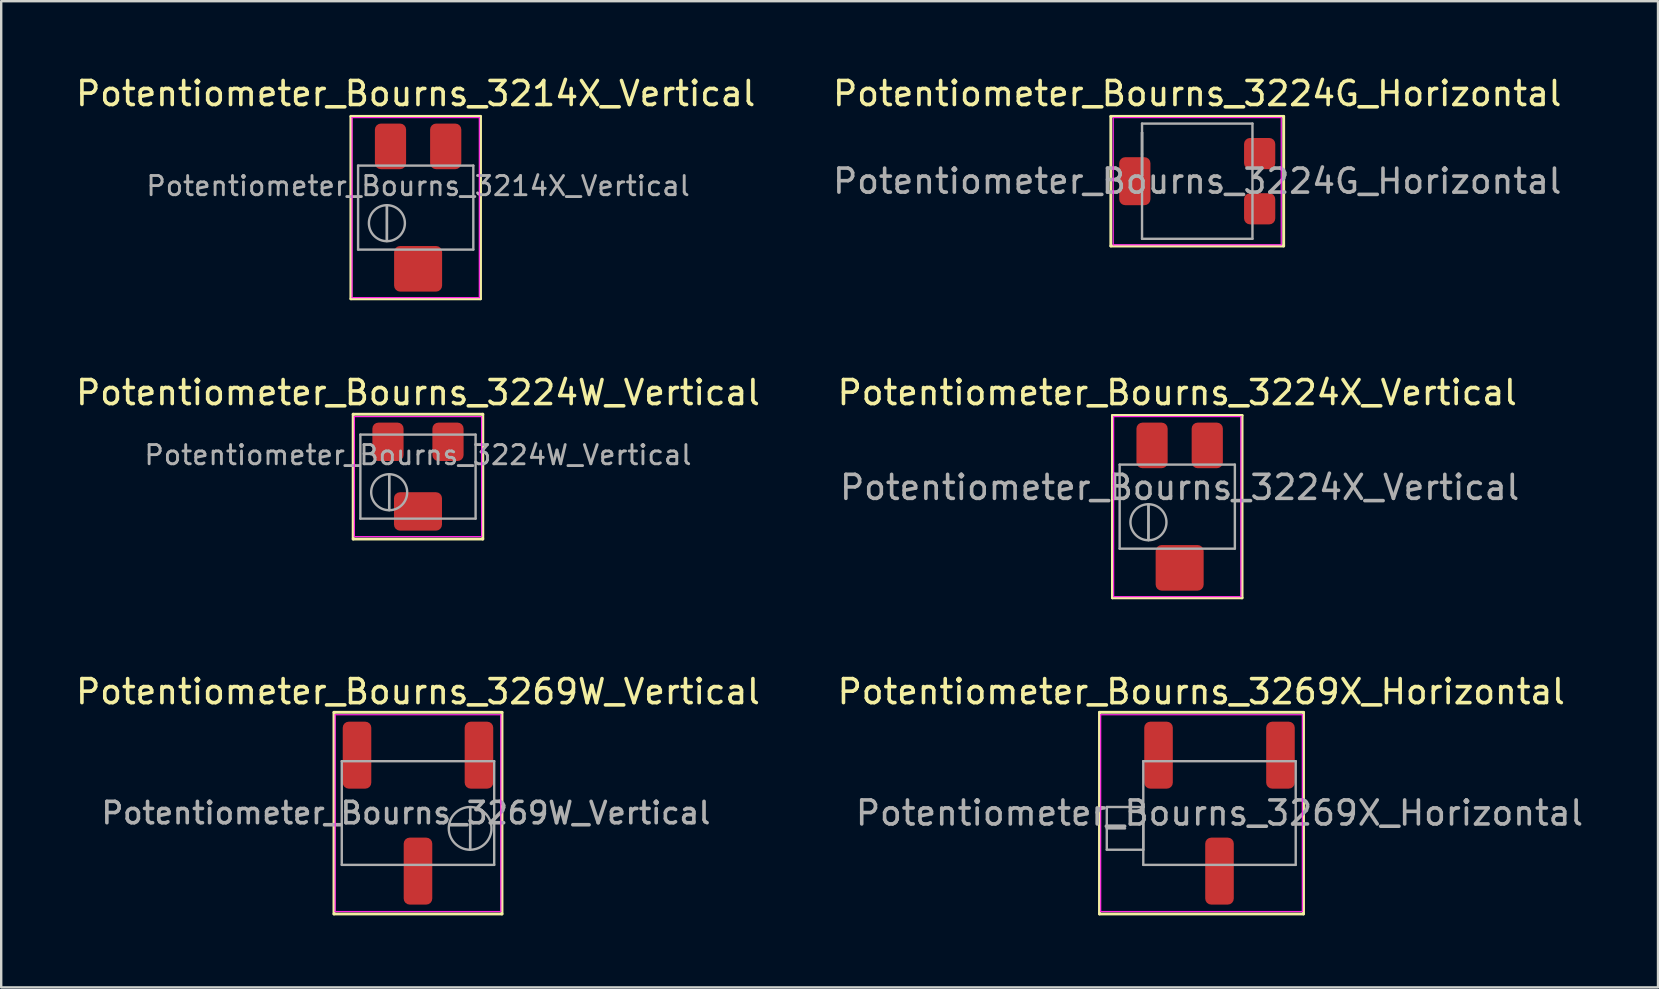
<source format=kicad_pcb>
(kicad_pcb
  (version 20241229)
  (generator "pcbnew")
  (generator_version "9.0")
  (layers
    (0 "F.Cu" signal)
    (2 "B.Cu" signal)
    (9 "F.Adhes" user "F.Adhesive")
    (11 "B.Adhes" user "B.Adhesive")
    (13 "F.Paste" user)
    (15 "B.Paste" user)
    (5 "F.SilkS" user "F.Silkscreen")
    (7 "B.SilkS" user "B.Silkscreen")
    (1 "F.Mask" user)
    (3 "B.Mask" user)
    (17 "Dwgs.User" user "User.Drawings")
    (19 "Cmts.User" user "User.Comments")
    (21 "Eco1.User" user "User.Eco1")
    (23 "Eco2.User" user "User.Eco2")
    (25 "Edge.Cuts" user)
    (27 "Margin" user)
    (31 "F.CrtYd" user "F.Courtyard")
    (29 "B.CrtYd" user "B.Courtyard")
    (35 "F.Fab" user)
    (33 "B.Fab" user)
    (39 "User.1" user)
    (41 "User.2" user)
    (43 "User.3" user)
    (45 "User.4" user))
  (footprint "Potentiometer_Bourns_3214X_Vertical"
    (layer "F.Cu")
    (at 14.368 5.598)
    (property "Reference" "Potentiometer_Bourns_3214X_Vertical" (at -0.1 -4.75 0) (layer "F.SilkS") (effects (font (size 1 1) (thickness 0.15))))
    (attr smd)
    (fp_line (start -2.8 -3.8) (end 2.6 -3.8) (stroke (width 0.12) (type solid)) (layer "F.SilkS"))
    (fp_line (start -2.8 3.8) (end -2.8 -3.8) (stroke (width 0.12) (type solid)) (layer "F.SilkS"))
    (fp_line (start 2.6 -3.8) (end 2.6 3.8) (stroke (width 0.12) (type solid)) (layer "F.SilkS"))
    (fp_line (start 2.6 3.8) (end -2.8 3.8) (stroke (width 0.12) (type solid)) (layer "F.SilkS"))
    (fp_line (start -2.75 -3.75) (end -2.75 3.75) (stroke (width 0.05) (type solid)) (layer "F.CrtYd"))
    (fp_line (start -2.75 3.75) (end 2.55 3.75) (stroke (width 0.05) (type solid)) (layer "F.CrtYd"))
    (fp_line (start 2.55 -3.75) (end -2.75 -3.75) (stroke (width 0.05) (type solid)) (layer "F.CrtYd"))
    (fp_line (start 2.55 3.75) (end 2.55 -3.75) (stroke (width 0.05) (type solid)) (layer "F.CrtYd"))
    (fp_line (start -2.5 -1.75) (end -2.5 1.75) (stroke (width 0.1) (type solid)) (layer "F.Fab"))
    (fp_line (start -2.5 1.75) (end 2.3 1.75) (stroke (width 0.1) (type solid)) (layer "F.Fab"))
    (fp_line (start -1.3 1.393) (end -1.299 -0.092) (stroke (width 0.1) (type solid)) (layer "F.Fab"))
    (fp_line (start -1.3 1.393) (end -1.299 -0.092) (stroke (width 0.1) (type solid)) (layer "F.Fab"))
    (fp_line (start 2.3 -1.75) (end -2.5 -1.75) (stroke (width 0.1) (type solid)) (layer "F.Fab"))
    (fp_line (start 2.3 1.75) (end 2.3 -1.75) (stroke (width 0.1) (type solid)) (layer "F.Fab"))
    (fp_circle (center -1.3 0.65) (end -0.55 0.65) (stroke (width 0.1) (type solid)) (fill no) (layer "F.Fab"))
    (fp_text user "${REFERENCE}" (at 0 -0.9 0) (layer "F.Fab") (effects (font (size 0.8 0.8) (thickness 0.12))))
    (pad "1" smd roundrect (at 1.15 -2.55) (size 1.3 1.9) (layers "F.Cu" "F.Mask" "F.Paste") (roundrect_rratio 0.192))
    (pad "2" smd roundrect (at 0 2.55) (size 2 1.9) (layers "F.Cu" "F.Mask" "F.Paste") (roundrect_rratio 0.132))
    (pad "3" smd roundrect (at -1.15 -2.55) (size 1.3 1.9) (layers "F.Cu" "F.Mask" "F.Paste") (roundrect_rratio 0.192)))
  (footprint "Potentiometer_Bourns_3224W_Vertical"
    (layer "F.Cu")
    (at 14.363 16.806)
    (property "Reference" "Potentiometer_Bourns_3224W_Vertical" (at 0 -3.5 0) (layer "F.SilkS") (effects (font (size 1 1) (thickness 0.15))))
    (attr smd)
    (fp_line (start -2.7 -2.6) (end -2.7 2.6) (stroke (width 0.12) (type solid)) (layer "F.SilkS"))
    (fp_line (start -2.7 2.6) (end 2.7 2.6) (stroke (width 0.12) (type solid)) (layer "F.SilkS"))
    (fp_line (start 2.7 -2.6) (end -2.7 -2.6) (stroke (width 0.12) (type solid)) (layer "F.SilkS"))
    (fp_line (start 2.7 2.6) (end 2.7 -2.6) (stroke (width 0.12) (type solid)) (layer "F.SilkS"))
    (fp_line (start -2.65 -2.5) (end -2.65 2.5) (stroke (width 0.05) (type solid)) (layer "F.CrtYd"))
    (fp_line (start -2.65 2.5) (end 2.65 2.5) (stroke (width 0.05) (type solid)) (layer "F.CrtYd"))
    (fp_line (start 2.65 -2.5) (end -2.65 -2.5) (stroke (width 0.05) (type solid)) (layer "F.CrtYd"))
    (fp_line (start 2.65 2.5) (end 2.65 -2.5) (stroke (width 0.05) (type solid)) (layer "F.CrtYd"))
    (fp_line (start -2.4 -1.75) (end -2.4 1.75) (stroke (width 0.1) (type solid)) (layer "F.Fab"))
    (fp_line (start -2.4 1.75) (end 2.4 1.75) (stroke (width 0.1) (type solid)) (layer "F.Fab"))
    (fp_line (start -1.2 1.393) (end -1.199 -0.092) (stroke (width 0.1) (type solid)) (layer "F.Fab"))
    (fp_line (start -1.2 1.393) (end -1.199 -0.092) (stroke (width 0.1) (type solid)) (layer "F.Fab"))
    (fp_line (start 2.4 -1.75) (end -2.4 -1.75) (stroke (width 0.1) (type solid)) (layer "F.Fab"))
    (fp_line (start 2.4 1.75) (end 2.4 -1.75) (stroke (width 0.1) (type solid)) (layer "F.Fab"))
    (fp_circle (center -1.2 0.65) (end -0.45 0.65) (stroke (width 0.1) (type solid)) (fill no) (layer "F.Fab"))
    (fp_text user "${REFERENCE}" (at 0 -0.9 0) (layer "F.Fab") (effects (font (size 0.8 0.8) (thickness 0.12))))
    (pad "1" smd roundrect (at 1.25 -1.45) (size 1.3 1.6) (layers "F.Cu" "F.Mask" "F.Paste") (roundrect_rratio 0.192))
    (pad "2" smd roundrect (at 0 1.45) (size 2 1.6) (layers "F.Cu" "F.Mask" "F.Paste") (roundrect_rratio 0.156))
    (pad "3" smd roundrect (at -1.25 -1.45) (size 1.3 1.6) (layers "F.Cu" "F.Mask" "F.Paste") (roundrect_rratio 0.192)))
  (footprint "Potentiometer_Bourns_3269W_Vertical"
    (layer "F.Cu")
    (at 14.363 30.825)
    (property "Reference" "Potentiometer_Bourns_3269W_Vertical" (at 0 -5.06 0) (layer "F.SilkS") (effects (font (size 1 1) (thickness 0.15))))
    (attr smd)
    (fp_line (start -3.5 -4.2) (end 3.5 -4.2) (stroke (width 0.12) (type solid)) (layer "F.SilkS"))
    (fp_line (start -3.5 4.2) (end -3.5 -4.2) (stroke (width 0.12) (type solid)) (layer "F.SilkS"))
    (fp_line (start 3.5 -4.2) (end 3.5 4.2) (stroke (width 0.12) (type solid)) (layer "F.SilkS"))
    (fp_line (start 3.5 4.2) (end -3.5 4.2) (stroke (width 0.12) (type solid)) (layer "F.SilkS"))
    (fp_line (start -3.45 -4.1) (end -3.45 4.1) (stroke (width 0.05) (type solid)) (layer "F.CrtYd"))
    (fp_line (start -3.45 4.1) (end 3.45 4.1) (stroke (width 0.05) (type solid)) (layer "F.CrtYd"))
    (fp_line (start 3.45 -4.1) (end -3.45 -4.1) (stroke (width 0.05) (type solid)) (layer "F.CrtYd"))
    (fp_line (start 3.45 4.1) (end 3.45 -4.1) (stroke (width 0.05) (type solid)) (layer "F.CrtYd"))
    (fp_line (start -3.175 -2.165) (end -3.175 2.155) (stroke (width 0.1) (type solid)) (layer "F.Fab"))
    (fp_line (start -3.175 2.155) (end 3.175 2.155) (stroke (width 0.1) (type solid)) (layer "F.Fab"))
    (fp_line (start 2.173 1.517) (end 2.174 -0.246) (stroke (width 0.1) (type solid)) (layer "F.Fab"))
    (fp_line (start 2.173 1.517) (end 2.174 -0.246) (stroke (width 0.1) (type solid)) (layer "F.Fab"))
    (fp_line (start 3.175 -2.165) (end -3.175 -2.165) (stroke (width 0.1) (type solid)) (layer "F.Fab"))
    (fp_line (start 3.175 2.155) (end 3.175 -2.165) (stroke (width 0.1) (type solid)) (layer "F.Fab"))
    (fp_circle (center 2.173 0.635) (end 3.063 0.635) (stroke (width 0.1) (type solid)) (fill no) (layer "F.Fab"))
    (fp_text user "${REFERENCE}" (at -0.501 -0.005 0) (layer "F.Fab") (effects (font (size 0.89 0.89) (thickness 0.15))))
    (pad "1" smd roundrect (at 2.54 -2.415) (size 1.19 2.79) (layers "F.Cu" "F.Mask" "F.Paste") (roundrect_rratio 0.21))
    (pad "2" smd roundrect (at 0 2.415) (size 1.19 2.79) (layers "F.Cu" "F.Mask" "F.Paste") (roundrect_rratio 0.21))
    (pad "3" smd roundrect (at -2.54 -2.415) (size 1.19 2.79) (layers "F.Cu" "F.Mask" "F.Paste") (roundrect_rratio 0.21)))
  (footprint "Potentiometer_Bourns_3224X_Vertical"
    (layer "F.Cu")
    (at 46.094 18.056)
    (property "Reference" "Potentiometer_Bourns_3224X_Vertical" (at -0.1 -4.75 0) (layer "F.SilkS") (effects (font (size 1 1) (thickness 0.15))))
    (attr smd)
    (fp_line (start -2.8 -3.8) (end -2.8 3.8) (stroke (width 0.12) (type solid)) (layer "F.SilkS"))
    (fp_line (start -2.8 3.8) (end 2.6 3.8) (stroke (width 0.12) (type solid)) (layer "F.SilkS"))
    (fp_line (start 2.6 -3.8) (end -2.8 -3.8) (stroke (width 0.12) (type solid)) (layer "F.SilkS"))
    (fp_line (start 2.6 3.8) (end 2.6 -3.8) (stroke (width 0.12) (type solid)) (layer "F.SilkS"))
    (fp_line (start -2.75 -3.75) (end -2.75 3.75) (stroke (width 0.05) (type solid)) (layer "F.CrtYd"))
    (fp_line (start -2.75 3.75) (end 2.55 3.75) (stroke (width 0.05) (type solid)) (layer "F.CrtYd"))
    (fp_line (start 2.55 -3.75) (end -2.75 -3.75) (stroke (width 0.05) (type solid)) (layer "F.CrtYd"))
    (fp_line (start 2.55 3.75) (end 2.55 -3.75) (stroke (width 0.05) (type solid)) (layer "F.CrtYd"))
    (fp_line (start -2.5 -1.75) (end -2.5 1.75) (stroke (width 0.1) (type solid)) (layer "F.Fab"))
    (fp_line (start -2.5 1.75) (end 2.3 1.75) (stroke (width 0.1) (type solid)) (layer "F.Fab"))
    (fp_line (start -1.3 1.393) (end -1.299 -0.092) (stroke (width 0.1) (type solid)) (layer "F.Fab"))
    (fp_line (start -1.3 1.393) (end -1.299 -0.092) (stroke (width 0.1) (type solid)) (layer "F.Fab"))
    (fp_line (start 2.3 -1.75) (end -2.5 -1.75) (stroke (width 0.1) (type solid)) (layer "F.Fab"))
    (fp_line (start 2.3 1.75) (end 2.3 -1.75) (stroke (width 0.1) (type solid)) (layer "F.Fab"))
    (fp_circle (center -1.3 0.65) (end -0.55 0.65) (stroke (width 0.1) (type solid)) (fill no) (layer "F.Fab"))
    (fp_text user "${REFERENCE}" (at 0 -0.8 0) (layer "F.Fab") (effects (font (size 1 1) (thickness 0.15))))
    (pad "1" smd roundrect (at 1.15 -2.55) (size 1.3 1.9) (layers "F.Cu" "F.Mask" "F.Paste") (roundrect_rratio 0.192))
    (pad "2" smd roundrect (at 0 2.55) (size 2 1.9) (layers "F.Cu" "F.Mask" "F.Paste") (roundrect_rratio 0.132))
    (pad "3" smd roundrect (at -1.15 -2.55) (size 1.3 1.9) (layers "F.Cu" "F.Mask" "F.Paste") (roundrect_rratio 0.192)))
  (footprint "Potentiometer_Bourns_3224G_Horizontal"
    (layer "F.Cu")
    (at 46.827 4.498)
    (property "Reference" "Potentiometer_Bourns_3224G_Horizontal" (at 0 -3.65 0) (layer "F.SilkS") (effects (font (size 1 1) (thickness 0.15))))
    (attr smd)
    (fp_line (start -3.6 -2.7) (end 3.6 -2.7) (stroke (width 0.12) (type solid)) (layer "F.SilkS"))
    (fp_line (start -3.6 2.7) (end -3.6 -2.7) (stroke (width 0.12) (type solid)) (layer "F.SilkS"))
    (fp_line (start 3.6 -2.7) (end 3.6 2.7) (stroke (width 0.12) (type solid)) (layer "F.SilkS"))
    (fp_line (start 3.6 2.7) (end -3.6 2.7) (stroke (width 0.12) (type solid)) (layer "F.SilkS"))
    (fp_line (start -3.5 -2.65) (end -3.5 2.65) (stroke (width 0.05) (type solid)) (layer "F.CrtYd"))
    (fp_line (start -3.5 2.65) (end 3.5 2.65) (stroke (width 0.05) (type solid)) (layer "F.CrtYd"))
    (fp_line (start 3.5 -2.65) (end -3.5 -2.65) (stroke (width 0.05) (type solid)) (layer "F.CrtYd"))
    (fp_line (start 3.5 2.65) (end 3.5 -2.65) (stroke (width 0.05) (type solid)) (layer "F.CrtYd"))
    (fp_line (start -2.3 -2.4) (end -2.3 2.4) (stroke (width 0.1) (type solid)) (layer "F.Fab"))
    (fp_line (start -2.3 -2.02) (end -2.3 -2.02) (stroke (width 0.1) (type solid)) (layer "F.Fab"))
    (fp_line (start -2.3 -2.02) (end -2.3 -0.24) (stroke (width 0.1) (type solid)) (layer "F.Fab"))
    (fp_line (start -2.3 -1.13) (end -2.3 -1.13) (stroke (width 0.1) (type solid)) (layer "F.Fab"))
    (fp_line (start -2.3 -0.24) (end -2.3 -2.02) (stroke (width 0.1) (type solid)) (layer "F.Fab"))
    (fp_line (start -2.3 -0.24) (end -2.3 -0.24) (stroke (width 0.1) (type solid)) (layer "F.Fab"))
    (fp_line (start -2.3 2.4) (end 2.3 2.4) (stroke (width 0.1) (type solid)) (layer "F.Fab"))
    (fp_line (start 2.3 -2.4) (end -2.3 -2.4) (stroke (width 0.1) (type solid)) (layer "F.Fab"))
    (fp_line (start 2.3 2.4) (end 2.3 -2.4) (stroke (width 0.1) (type solid)) (layer "F.Fab"))
    (fp_text user "${REFERENCE}" (at 0 0 0) (layer "F.Fab") (effects (font (size 1 1) (thickness 0.15))))
    (pad "1" smd roundrect (at 2.6 -1.15) (size 1.3 1.3) (layers "F.Cu" "F.Mask" "F.Paste") (roundrect_rratio 0.192))
    (pad "2" smd roundrect (at -2.6 0) (size 1.3 2) (layers "F.Cu" "F.Mask" "F.Paste") (roundrect_rratio 0.192))
    (pad "3" smd roundrect (at 2.6 1.15) (size 1.3 1.3) (layers "F.Cu" "F.Mask" "F.Paste") (roundrect_rratio 0.192)))
  (footprint "Potentiometer_Bourns_3269X_Horizontal"
    (layer "F.Cu")
    (at 47.754 30.825)
    (property "Reference" "Potentiometer_Bourns_3269X_Horizontal" (at -0.76 -5.06 0) (layer "F.SilkS") (effects (font (size 1 1) (thickness 0.15))))
    (attr smd)
    (fp_line (start -5 -4.2) (end -5 4.2) (stroke (width 0.12) (type solid)) (layer "F.SilkS"))
    (fp_line (start -5 4.2) (end 3.5 4.2) (stroke (width 0.12) (type solid)) (layer "F.SilkS"))
    (fp_line (start 3.5 -4.2) (end -5 -4.2) (stroke (width 0.12) (type solid)) (layer "F.SilkS"))
    (fp_line (start 3.5 4.2) (end 3.5 -4.2) (stroke (width 0.12) (type solid)) (layer "F.SilkS"))
    (fp_line (start -4.95 -4.1) (end -4.95 4.1) (stroke (width 0.05) (type solid)) (layer "F.CrtYd"))
    (fp_line (start -4.95 4.1) (end 3.45 4.1) (stroke (width 0.05) (type solid)) (layer "F.CrtYd"))
    (fp_line (start 3.45 -4.1) (end -4.95 -4.1) (stroke (width 0.05) (type solid)) (layer "F.CrtYd"))
    (fp_line (start 3.45 4.1) (end 3.45 -4.1) (stroke (width 0.05) (type solid)) (layer "F.CrtYd"))
    (fp_line (start -4.695 -0.255) (end -4.695 1.525) (stroke (width 0.1) (type solid)) (layer "F.Fab"))
    (fp_line (start -4.695 0.635) (end -3.935 0.635) (stroke (width 0.1) (type solid)) (layer "F.Fab"))
    (fp_line (start -4.695 1.525) (end -3.175 1.525) (stroke (width 0.1) (type solid)) (layer "F.Fab"))
    (fp_line (start -3.175 -2.165) (end -3.175 2.155) (stroke (width 0.1) (type solid)) (layer "F.Fab"))
    (fp_line (start -3.175 -0.255) (end -4.695 -0.255) (stroke (width 0.1) (type solid)) (layer "F.Fab"))
    (fp_line (start -3.175 1.525) (end -3.175 -0.255) (stroke (width 0.1) (type solid)) (layer "F.Fab"))
    (fp_line (start -3.175 2.155) (end 3.175 2.155) (stroke (width 0.1) (type solid)) (layer "F.Fab"))
    (fp_line (start 3.175 -2.165) (end -3.175 -2.165) (stroke (width 0.1) (type solid)) (layer "F.Fab"))
    (fp_line (start 3.175 2.155) (end 3.175 -2.165) (stroke (width 0.1) (type solid)) (layer "F.Fab"))
    (fp_text user "${REFERENCE}" (at 0 -0.005 0) (layer "F.Fab") (effects (font (size 1 1) (thickness 0.15))))
    (pad "1" smd roundrect (at 2.54 -2.415) (size 1.19 2.79) (layers "F.Cu" "F.Mask" "F.Paste") (roundrect_rratio 0.21))
    (pad "2" smd roundrect (at 0 2.415) (size 1.19 2.79) (layers "F.Cu" "F.Mask" "F.Paste") (roundrect_rratio 0.21))
    (pad "3" smd roundrect (at -2.54 -2.415) (size 1.19 2.79) (layers "F.Cu" "F.Mask" "F.Paste") (roundrect_rratio 0.21)))
  (gr_rect
    (start -3 -3)
    (end 66.022 38.085)
    (stroke (width 0.1) (type default))
    (fill no)
    (layer "Edge.Cuts")))
</source>
